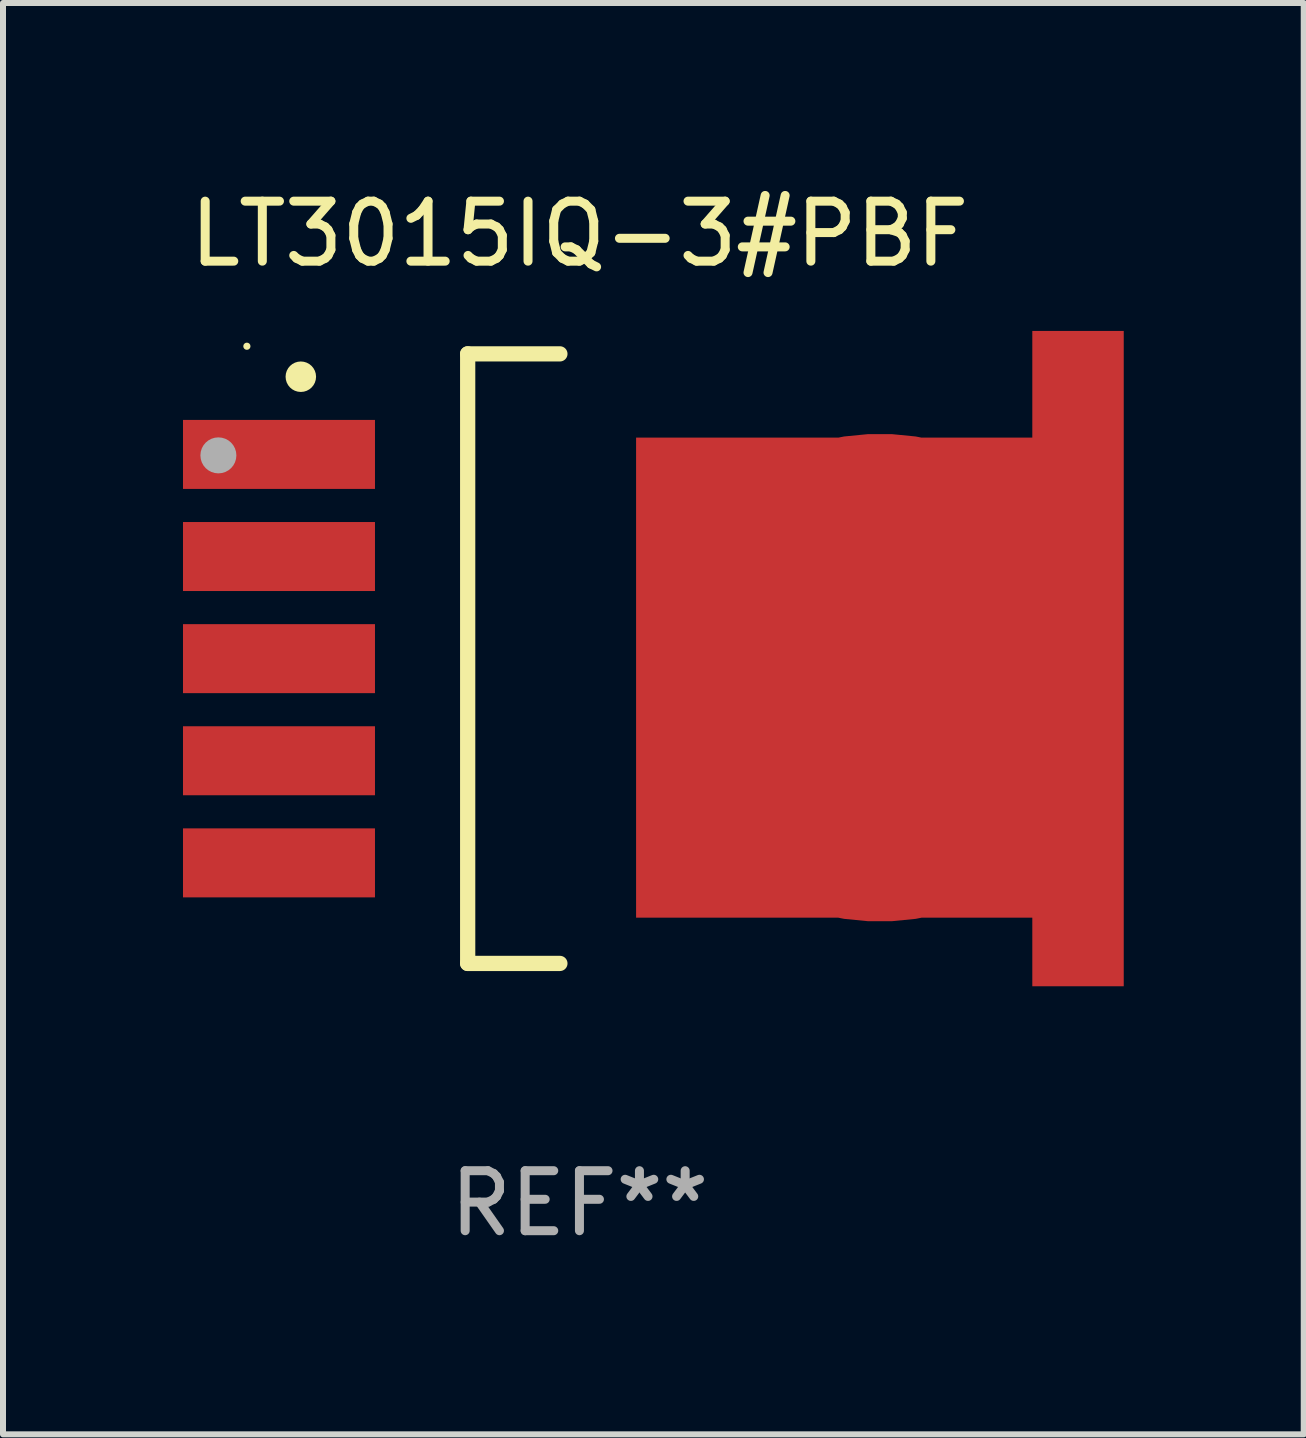
<source format=kicad_pcb>
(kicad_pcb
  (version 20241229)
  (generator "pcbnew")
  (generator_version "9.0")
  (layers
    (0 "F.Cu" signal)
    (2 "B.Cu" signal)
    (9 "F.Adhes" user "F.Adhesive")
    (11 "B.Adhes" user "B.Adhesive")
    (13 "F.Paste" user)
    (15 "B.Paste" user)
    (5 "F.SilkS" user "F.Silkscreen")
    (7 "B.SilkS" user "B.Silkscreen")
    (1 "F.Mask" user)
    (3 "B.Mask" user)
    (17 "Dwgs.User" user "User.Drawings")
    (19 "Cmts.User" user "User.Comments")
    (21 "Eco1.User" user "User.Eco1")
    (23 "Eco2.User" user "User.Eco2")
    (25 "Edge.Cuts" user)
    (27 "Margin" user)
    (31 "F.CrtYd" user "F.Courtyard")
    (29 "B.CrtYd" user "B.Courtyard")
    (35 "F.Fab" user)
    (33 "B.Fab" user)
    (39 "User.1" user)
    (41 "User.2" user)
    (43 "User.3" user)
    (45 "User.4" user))
  (footprint "LT3015IQ-3#PBF"
    (layer "F.Cu")
    (at 6.608 7.928)
    (property "Reference" "LT3015IQ-3#PBF" (at 0 -7.08 0) (layer "F.SilkS") (effects (font (size 1 1) (thickness 0.15))))
    (attr through_hole)
    (fp_line (start -1.863 -5.08) (end -0.326 -5.08) (stroke (width 0.254) (type solid)) (layer "F.SilkS"))
    (fp_line (start -1.863 5.08) (end -1.863 -5.08) (stroke (width 0.254) (type solid)) (layer "F.SilkS"))
    (fp_line (start -0.326 5.08) (end -1.863 5.08) (stroke (width 0.254) (type solid)) (layer "F.SilkS"))
    (fp_circle (center -5.543 -5.207) (end -5.513 -5.207) (stroke (width 0.06) (type solid)) (fill no) (layer "F.SilkS"))
    (fp_circle (center -4.644 -4.699) (end -4.517 -4.699) (stroke (width 0.254) (type solid)) (fill no) (layer "F.SilkS"))
    (fp_circle (center -6.018 -3.388) (end -5.868 -3.388) (stroke (width 0.3) (type solid)) (fill no) (layer "F.Fab"))
    (fp_text user "REF**" (at 0 9.08 0) (layer "F.Fab") (effects (font (size 1 1) (thickness 0.15))))
    (pad "1" smd rect (at -5.008 -3.404) (size 3.2 1.15) (layers "F.Cu" "F.Mask" "F.Paste"))
    (pad "2" smd rect (at -5.008 -1.702) (size 3.2 1.15) (layers "F.Cu" "F.Mask" "F.Paste"))
    (pad "3" smd rect (at -5.008 -0.000025) (size 3.2 1.15) (layers "F.Cu" "F.Mask" "F.Paste"))
    (pad "4" smd rect (at -5.008 1.702) (size 3.2 1.15) (layers "F.Cu" "F.Mask" "F.Paste"))
    (pad "5" smd rect (at -5.008 3.404) (size 3.2 1.15) (layers "F.Cu" "F.Mask" "F.Paste"))
    (pad "6" smd custom (at 5.008 0.317) (size 8.128 10.922) (layers "F.Cu" "F.Mask" "F.Paste") (options (anchor circle)) (primitives (gr_poly (pts (xy -4.064 -4.001) (xy 2.54 -4.001) (xy 2.54 -5.779) (xy 4.064 -5.779) (xy 4.064 5.144) (xy 2.54 5.144) (xy 2.54 4) (xy -4.064 4)) (width 0) (fill yes)))))
  (gr_rect
    (start -3 -3)
    (end 18.68 20.857)
    (stroke (width 0.1) (type default))
    (fill no)
    (layer "Edge.Cuts")))
</source>
